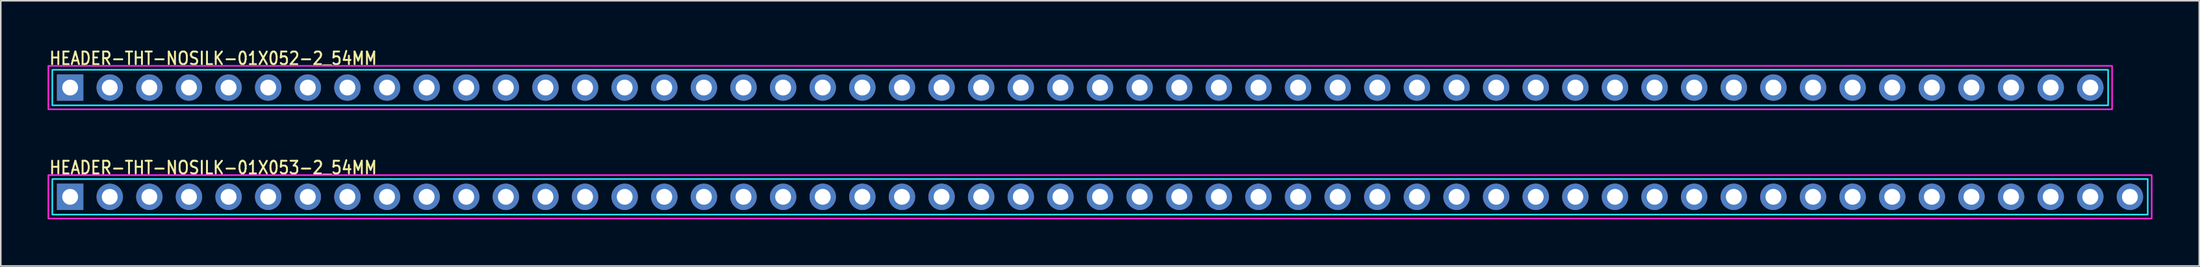
<source format=kicad_pcb>
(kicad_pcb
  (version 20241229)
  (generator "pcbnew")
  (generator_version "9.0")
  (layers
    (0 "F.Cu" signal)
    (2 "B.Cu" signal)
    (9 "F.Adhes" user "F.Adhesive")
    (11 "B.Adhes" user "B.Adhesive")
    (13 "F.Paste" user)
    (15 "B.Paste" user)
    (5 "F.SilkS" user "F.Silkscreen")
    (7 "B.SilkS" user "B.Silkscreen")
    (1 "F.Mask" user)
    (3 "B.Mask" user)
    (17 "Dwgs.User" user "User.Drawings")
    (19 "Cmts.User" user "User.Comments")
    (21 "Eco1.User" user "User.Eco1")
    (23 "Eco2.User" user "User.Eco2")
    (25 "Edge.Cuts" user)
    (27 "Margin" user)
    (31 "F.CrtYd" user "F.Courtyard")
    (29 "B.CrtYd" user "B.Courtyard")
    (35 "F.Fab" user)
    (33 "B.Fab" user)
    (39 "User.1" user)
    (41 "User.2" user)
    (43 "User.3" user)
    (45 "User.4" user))
  (footprint "HEADER-THT-NOSILK-01X052-2_54MM"
    (layer "F.Cu")
    (at 1.447 2.579)
    (property "Reference" "HEADER-THT-NOSILK-01X052-2_54MM" (at -1.4 -1.4 0) (unlocked yes) (layer "F.SilkS") (effects (font (size 0.813 0.695) (thickness 0.122)) (justify left bottom)))
    (fp_poly (pts (xy -1.143 -1.143) (xy 130.683 -1.143) (xy 130.683 1.143) (xy -1.143 1.143)) (stroke (width 0.1) (type solid)) (fill no) (layer "B.CrtYd"))
    (fp_poly (pts (xy -1.397 -1.397) (xy 130.937 -1.397) (xy 130.937 1.397) (xy -1.397 1.397)) (stroke (width 0.1) (type solid)) (fill no) (layer "F.CrtYd"))
    (pad "1" thru_hole rect (at 0 0) (size 1.693 1.693) (drill 1.016) (layers "*.Cu" "*.Mask"))
    (pad "2" thru_hole oval (at 2.54 0) (size 1.693 1.693) (drill 1.016) (layers "*.Cu" "*.Mask"))
    (pad "3" thru_hole oval (at 5.08 0) (size 1.693 1.693) (drill 1.016) (layers "*.Cu" "*.Mask"))
    (pad "4" thru_hole oval (at 7.62 0) (size 1.693 1.693) (drill 1.016) (layers "*.Cu" "*.Mask"))
    (pad "5" thru_hole oval (at 10.16 0) (size 1.693 1.693) (drill 1.016) (layers "*.Cu" "*.Mask"))
    (pad "6" thru_hole oval (at 12.7 0) (size 1.693 1.693) (drill 1.016) (layers "*.Cu" "*.Mask"))
    (pad "7" thru_hole oval (at 15.24 0) (size 1.693 1.693) (drill 1.016) (layers "*.Cu" "*.Mask"))
    (pad "8" thru_hole oval (at 17.78 0) (size 1.693 1.693) (drill 1.016) (layers "*.Cu" "*.Mask"))
    (pad "9" thru_hole oval (at 20.32 0) (size 1.693 1.693) (drill 1.016) (layers "*.Cu" "*.Mask"))
    (pad "10" thru_hole oval (at 22.86 0) (size 1.693 1.693) (drill 1.016) (layers "*.Cu" "*.Mask"))
    (pad "11" thru_hole oval (at 25.4 0) (size 1.693 1.693) (drill 1.016) (layers "*.Cu" "*.Mask"))
    (pad "12" thru_hole oval (at 27.94 0) (size 1.693 1.693) (drill 1.016) (layers "*.Cu" "*.Mask"))
    (pad "13" thru_hole oval (at 30.48 0) (size 1.693 1.693) (drill 1.016) (layers "*.Cu" "*.Mask"))
    (pad "14" thru_hole oval (at 33.02 0) (size 1.693 1.693) (drill 1.016) (layers "*.Cu" "*.Mask"))
    (pad "15" thru_hole oval (at 35.56 0) (size 1.693 1.693) (drill 1.016) (layers "*.Cu" "*.Mask"))
    (pad "16" thru_hole oval (at 38.1 0) (size 1.693 1.693) (drill 1.016) (layers "*.Cu" "*.Mask"))
    (pad "17" thru_hole oval (at 40.64 0) (size 1.693 1.693) (drill 1.016) (layers "*.Cu" "*.Mask"))
    (pad "18" thru_hole oval (at 43.18 0) (size 1.693 1.693) (drill 1.016) (layers "*.Cu" "*.Mask"))
    (pad "19" thru_hole oval (at 45.72 0) (size 1.693 1.693) (drill 1.016) (layers "*.Cu" "*.Mask"))
    (pad "20" thru_hole oval (at 48.26 0) (size 1.693 1.693) (drill 1.016) (layers "*.Cu" "*.Mask"))
    (pad "21" thru_hole oval (at 50.8 0) (size 1.693 1.693) (drill 1.016) (layers "*.Cu" "*.Mask"))
    (pad "22" thru_hole oval (at 53.34 0) (size 1.693 1.693) (drill 1.016) (layers "*.Cu" "*.Mask"))
    (pad "23" thru_hole oval (at 55.88 0) (size 1.693 1.693) (drill 1.016) (layers "*.Cu" "*.Mask"))
    (pad "24" thru_hole oval (at 58.42 0) (size 1.693 1.693) (drill 1.016) (layers "*.Cu" "*.Mask"))
    (pad "25" thru_hole oval (at 60.96 0) (size 1.693 1.693) (drill 1.016) (layers "*.Cu" "*.Mask"))
    (pad "26" thru_hole oval (at 63.5 0) (size 1.693 1.693) (drill 1.016) (layers "*.Cu" "*.Mask"))
    (pad "27" thru_hole oval (at 66.04 0) (size 1.693 1.693) (drill 1.016) (layers "*.Cu" "*.Mask"))
    (pad "28" thru_hole oval (at 68.58 0) (size 1.693 1.693) (drill 1.016) (layers "*.Cu" "*.Mask"))
    (pad "29" thru_hole oval (at 71.12 0) (size 1.693 1.693) (drill 1.016) (layers "*.Cu" "*.Mask"))
    (pad "30" thru_hole oval (at 73.66 0) (size 1.693 1.693) (drill 1.016) (layers "*.Cu" "*.Mask"))
    (pad "31" thru_hole oval (at 76.2 0) (size 1.693 1.693) (drill 1.016) (layers "*.Cu" "*.Mask"))
    (pad "32" thru_hole oval (at 78.74 0) (size 1.693 1.693) (drill 1.016) (layers "*.Cu" "*.Mask"))
    (pad "33" thru_hole oval (at 81.28 0) (size 1.693 1.693) (drill 1.016) (layers "*.Cu" "*.Mask"))
    (pad "34" thru_hole oval (at 83.82 0) (size 1.693 1.693) (drill 1.016) (layers "*.Cu" "*.Mask"))
    (pad "35" thru_hole oval (at 86.36 0) (size 1.693 1.693) (drill 1.016) (layers "*.Cu" "*.Mask"))
    (pad "36" thru_hole oval (at 88.9 0) (size 1.693 1.693) (drill 1.016) (layers "*.Cu" "*.Mask"))
    (pad "37" thru_hole oval (at 91.44 0) (size 1.693 1.693) (drill 1.016) (layers "*.Cu" "*.Mask"))
    (pad "38" thru_hole oval (at 93.98 0) (size 1.693 1.693) (drill 1.016) (layers "*.Cu" "*.Mask"))
    (pad "39" thru_hole oval (at 96.52 0) (size 1.693 1.693) (drill 1.016) (layers "*.Cu" "*.Mask"))
    (pad "40" thru_hole oval (at 99.06 0) (size 1.693 1.693) (drill 1.016) (layers "*.Cu" "*.Mask"))
    (pad "41" thru_hole oval (at 101.6 0) (size 1.693 1.693) (drill 1.016) (layers "*.Cu" "*.Mask"))
    (pad "42" thru_hole oval (at 104.14 0) (size 1.693 1.693) (drill 1.016) (layers "*.Cu" "*.Mask"))
    (pad "43" thru_hole oval (at 106.68 0) (size 1.693 1.693) (drill 1.016) (layers "*.Cu" "*.Mask"))
    (pad "44" thru_hole oval (at 109.22 0) (size 1.693 1.693) (drill 1.016) (layers "*.Cu" "*.Mask"))
    (pad "45" thru_hole oval (at 111.76 0) (size 1.693 1.693) (drill 1.016) (layers "*.Cu" "*.Mask"))
    (pad "46" thru_hole oval (at 114.3 0) (size 1.693 1.693) (drill 1.016) (layers "*.Cu" "*.Mask"))
    (pad "47" thru_hole oval (at 116.84 0) (size 1.693 1.693) (drill 1.016) (layers "*.Cu" "*.Mask"))
    (pad "48" thru_hole oval (at 119.38 0) (size 1.693 1.693) (drill 1.016) (layers "*.Cu" "*.Mask"))
    (pad "49" thru_hole oval (at 121.92 0) (size 1.693 1.693) (drill 1.016) (layers "*.Cu" "*.Mask"))
    (pad "50" thru_hole oval (at 124.46 0) (size 1.693 1.693) (drill 1.016) (layers "*.Cu" "*.Mask"))
    (pad "51" thru_hole oval (at 127 0) (size 1.693 1.693) (drill 1.016) (layers "*.Cu" "*.Mask"))
    (pad "52" thru_hole oval (at 129.54 0) (size 1.693 1.693) (drill 1.016) (layers "*.Cu" "*.Mask")))
  (footprint "HEADER-THT-NOSILK-01X053-2_54MM"
    (layer "F.Cu")
    (at 1.447 9.604)
    (property "Reference" "HEADER-THT-NOSILK-01X053-2_54MM" (at -1.4 -1.4 0) (unlocked yes) (layer "F.SilkS") (effects (font (size 0.813 0.695) (thickness 0.122)) (justify left bottom)))
    (fp_poly (pts (xy -1.143 -1.143) (xy 133.223 -1.143) (xy 133.223 1.143) (xy -1.143 1.143)) (stroke (width 0.1) (type solid)) (fill no) (layer "B.CrtYd"))
    (fp_poly (pts (xy -1.397 -1.397) (xy 133.477 -1.397) (xy 133.477 1.397) (xy -1.397 1.397)) (stroke (width 0.1) (type solid)) (fill no) (layer "F.CrtYd"))
    (pad "1" thru_hole rect (at 0 0) (size 1.693 1.693) (drill 1.016) (layers "*.Cu" "*.Mask"))
    (pad "2" thru_hole oval (at 2.54 0) (size 1.693 1.693) (drill 1.016) (layers "*.Cu" "*.Mask"))
    (pad "3" thru_hole oval (at 5.08 0) (size 1.693 1.693) (drill 1.016) (layers "*.Cu" "*.Mask"))
    (pad "4" thru_hole oval (at 7.62 0) (size 1.693 1.693) (drill 1.016) (layers "*.Cu" "*.Mask"))
    (pad "5" thru_hole oval (at 10.16 0) (size 1.693 1.693) (drill 1.016) (layers "*.Cu" "*.Mask"))
    (pad "6" thru_hole oval (at 12.7 0) (size 1.693 1.693) (drill 1.016) (layers "*.Cu" "*.Mask"))
    (pad "7" thru_hole oval (at 15.24 0) (size 1.693 1.693) (drill 1.016) (layers "*.Cu" "*.Mask"))
    (pad "8" thru_hole oval (at 17.78 0) (size 1.693 1.693) (drill 1.016) (layers "*.Cu" "*.Mask"))
    (pad "9" thru_hole oval (at 20.32 0) (size 1.693 1.693) (drill 1.016) (layers "*.Cu" "*.Mask"))
    (pad "10" thru_hole oval (at 22.86 0) (size 1.693 1.693) (drill 1.016) (layers "*.Cu" "*.Mask"))
    (pad "11" thru_hole oval (at 25.4 0) (size 1.693 1.693) (drill 1.016) (layers "*.Cu" "*.Mask"))
    (pad "12" thru_hole oval (at 27.94 0) (size 1.693 1.693) (drill 1.016) (layers "*.Cu" "*.Mask"))
    (pad "13" thru_hole oval (at 30.48 0) (size 1.693 1.693) (drill 1.016) (layers "*.Cu" "*.Mask"))
    (pad "14" thru_hole oval (at 33.02 0) (size 1.693 1.693) (drill 1.016) (layers "*.Cu" "*.Mask"))
    (pad "15" thru_hole oval (at 35.56 0) (size 1.693 1.693) (drill 1.016) (layers "*.Cu" "*.Mask"))
    (pad "16" thru_hole oval (at 38.1 0) (size 1.693 1.693) (drill 1.016) (layers "*.Cu" "*.Mask"))
    (pad "17" thru_hole oval (at 40.64 0) (size 1.693 1.693) (drill 1.016) (layers "*.Cu" "*.Mask"))
    (pad "18" thru_hole oval (at 43.18 0) (size 1.693 1.693) (drill 1.016) (layers "*.Cu" "*.Mask"))
    (pad "19" thru_hole oval (at 45.72 0) (size 1.693 1.693) (drill 1.016) (layers "*.Cu" "*.Mask"))
    (pad "20" thru_hole oval (at 48.26 0) (size 1.693 1.693) (drill 1.016) (layers "*.Cu" "*.Mask"))
    (pad "21" thru_hole oval (at 50.8 0) (size 1.693 1.693) (drill 1.016) (layers "*.Cu" "*.Mask"))
    (pad "22" thru_hole oval (at 53.34 0) (size 1.693 1.693) (drill 1.016) (layers "*.Cu" "*.Mask"))
    (pad "23" thru_hole oval (at 55.88 0) (size 1.693 1.693) (drill 1.016) (layers "*.Cu" "*.Mask"))
    (pad "24" thru_hole oval (at 58.42 0) (size 1.693 1.693) (drill 1.016) (layers "*.Cu" "*.Mask"))
    (pad "25" thru_hole oval (at 60.96 0) (size 1.693 1.693) (drill 1.016) (layers "*.Cu" "*.Mask"))
    (pad "26" thru_hole oval (at 63.5 0) (size 1.693 1.693) (drill 1.016) (layers "*.Cu" "*.Mask"))
    (pad "27" thru_hole oval (at 66.04 0) (size 1.693 1.693) (drill 1.016) (layers "*.Cu" "*.Mask"))
    (pad "28" thru_hole oval (at 68.58 0) (size 1.693 1.693) (drill 1.016) (layers "*.Cu" "*.Mask"))
    (pad "29" thru_hole oval (at 71.12 0) (size 1.693 1.693) (drill 1.016) (layers "*.Cu" "*.Mask"))
    (pad "30" thru_hole oval (at 73.66 0) (size 1.693 1.693) (drill 1.016) (layers "*.Cu" "*.Mask"))
    (pad "31" thru_hole oval (at 76.2 0) (size 1.693 1.693) (drill 1.016) (layers "*.Cu" "*.Mask"))
    (pad "32" thru_hole oval (at 78.74 0) (size 1.693 1.693) (drill 1.016) (layers "*.Cu" "*.Mask"))
    (pad "33" thru_hole oval (at 81.28 0) (size 1.693 1.693) (drill 1.016) (layers "*.Cu" "*.Mask"))
    (pad "34" thru_hole oval (at 83.82 0) (size 1.693 1.693) (drill 1.016) (layers "*.Cu" "*.Mask"))
    (pad "35" thru_hole oval (at 86.36 0) (size 1.693 1.693) (drill 1.016) (layers "*.Cu" "*.Mask"))
    (pad "36" thru_hole oval (at 88.9 0) (size 1.693 1.693) (drill 1.016) (layers "*.Cu" "*.Mask"))
    (pad "37" thru_hole oval (at 91.44 0) (size 1.693 1.693) (drill 1.016) (layers "*.Cu" "*.Mask"))
    (pad "38" thru_hole oval (at 93.98 0) (size 1.693 1.693) (drill 1.016) (layers "*.Cu" "*.Mask"))
    (pad "39" thru_hole oval (at 96.52 0) (size 1.693 1.693) (drill 1.016) (layers "*.Cu" "*.Mask"))
    (pad "40" thru_hole oval (at 99.06 0) (size 1.693 1.693) (drill 1.016) (layers "*.Cu" "*.Mask"))
    (pad "41" thru_hole oval (at 101.6 0) (size 1.693 1.693) (drill 1.016) (layers "*.Cu" "*.Mask"))
    (pad "42" thru_hole oval (at 104.14 0) (size 1.693 1.693) (drill 1.016) (layers "*.Cu" "*.Mask"))
    (pad "43" thru_hole oval (at 106.68 0) (size 1.693 1.693) (drill 1.016) (layers "*.Cu" "*.Mask"))
    (pad "44" thru_hole oval (at 109.22 0) (size 1.693 1.693) (drill 1.016) (layers "*.Cu" "*.Mask"))
    (pad "45" thru_hole oval (at 111.76 0) (size 1.693 1.693) (drill 1.016) (layers "*.Cu" "*.Mask"))
    (pad "46" thru_hole oval (at 114.3 0) (size 1.693 1.693) (drill 1.016) (layers "*.Cu" "*.Mask"))
    (pad "47" thru_hole oval (at 116.84 0) (size 1.693 1.693) (drill 1.016) (layers "*.Cu" "*.Mask"))
    (pad "48" thru_hole oval (at 119.38 0) (size 1.693 1.693) (drill 1.016) (layers "*.Cu" "*.Mask"))
    (pad "49" thru_hole oval (at 121.92 0) (size 1.693 1.693) (drill 1.016) (layers "*.Cu" "*.Mask"))
    (pad "50" thru_hole oval (at 124.46 0) (size 1.693 1.693) (drill 1.016) (layers "*.Cu" "*.Mask"))
    (pad "51" thru_hole oval (at 127 0) (size 1.693 1.693) (drill 1.016) (layers "*.Cu" "*.Mask"))
    (pad "52" thru_hole oval (at 129.54 0) (size 1.693 1.693) (drill 1.016) (layers "*.Cu" "*.Mask"))
    (pad "53" thru_hole oval (at 132.08 0) (size 1.693 1.693) (drill 1.016) (layers "*.Cu" "*.Mask")))
  (gr_rect
    (start -3 -3)
    (end 137.974 14.051)
    (stroke (width 0.1) (type default))
    (fill no)
    (layer "Edge.Cuts")))
</source>
